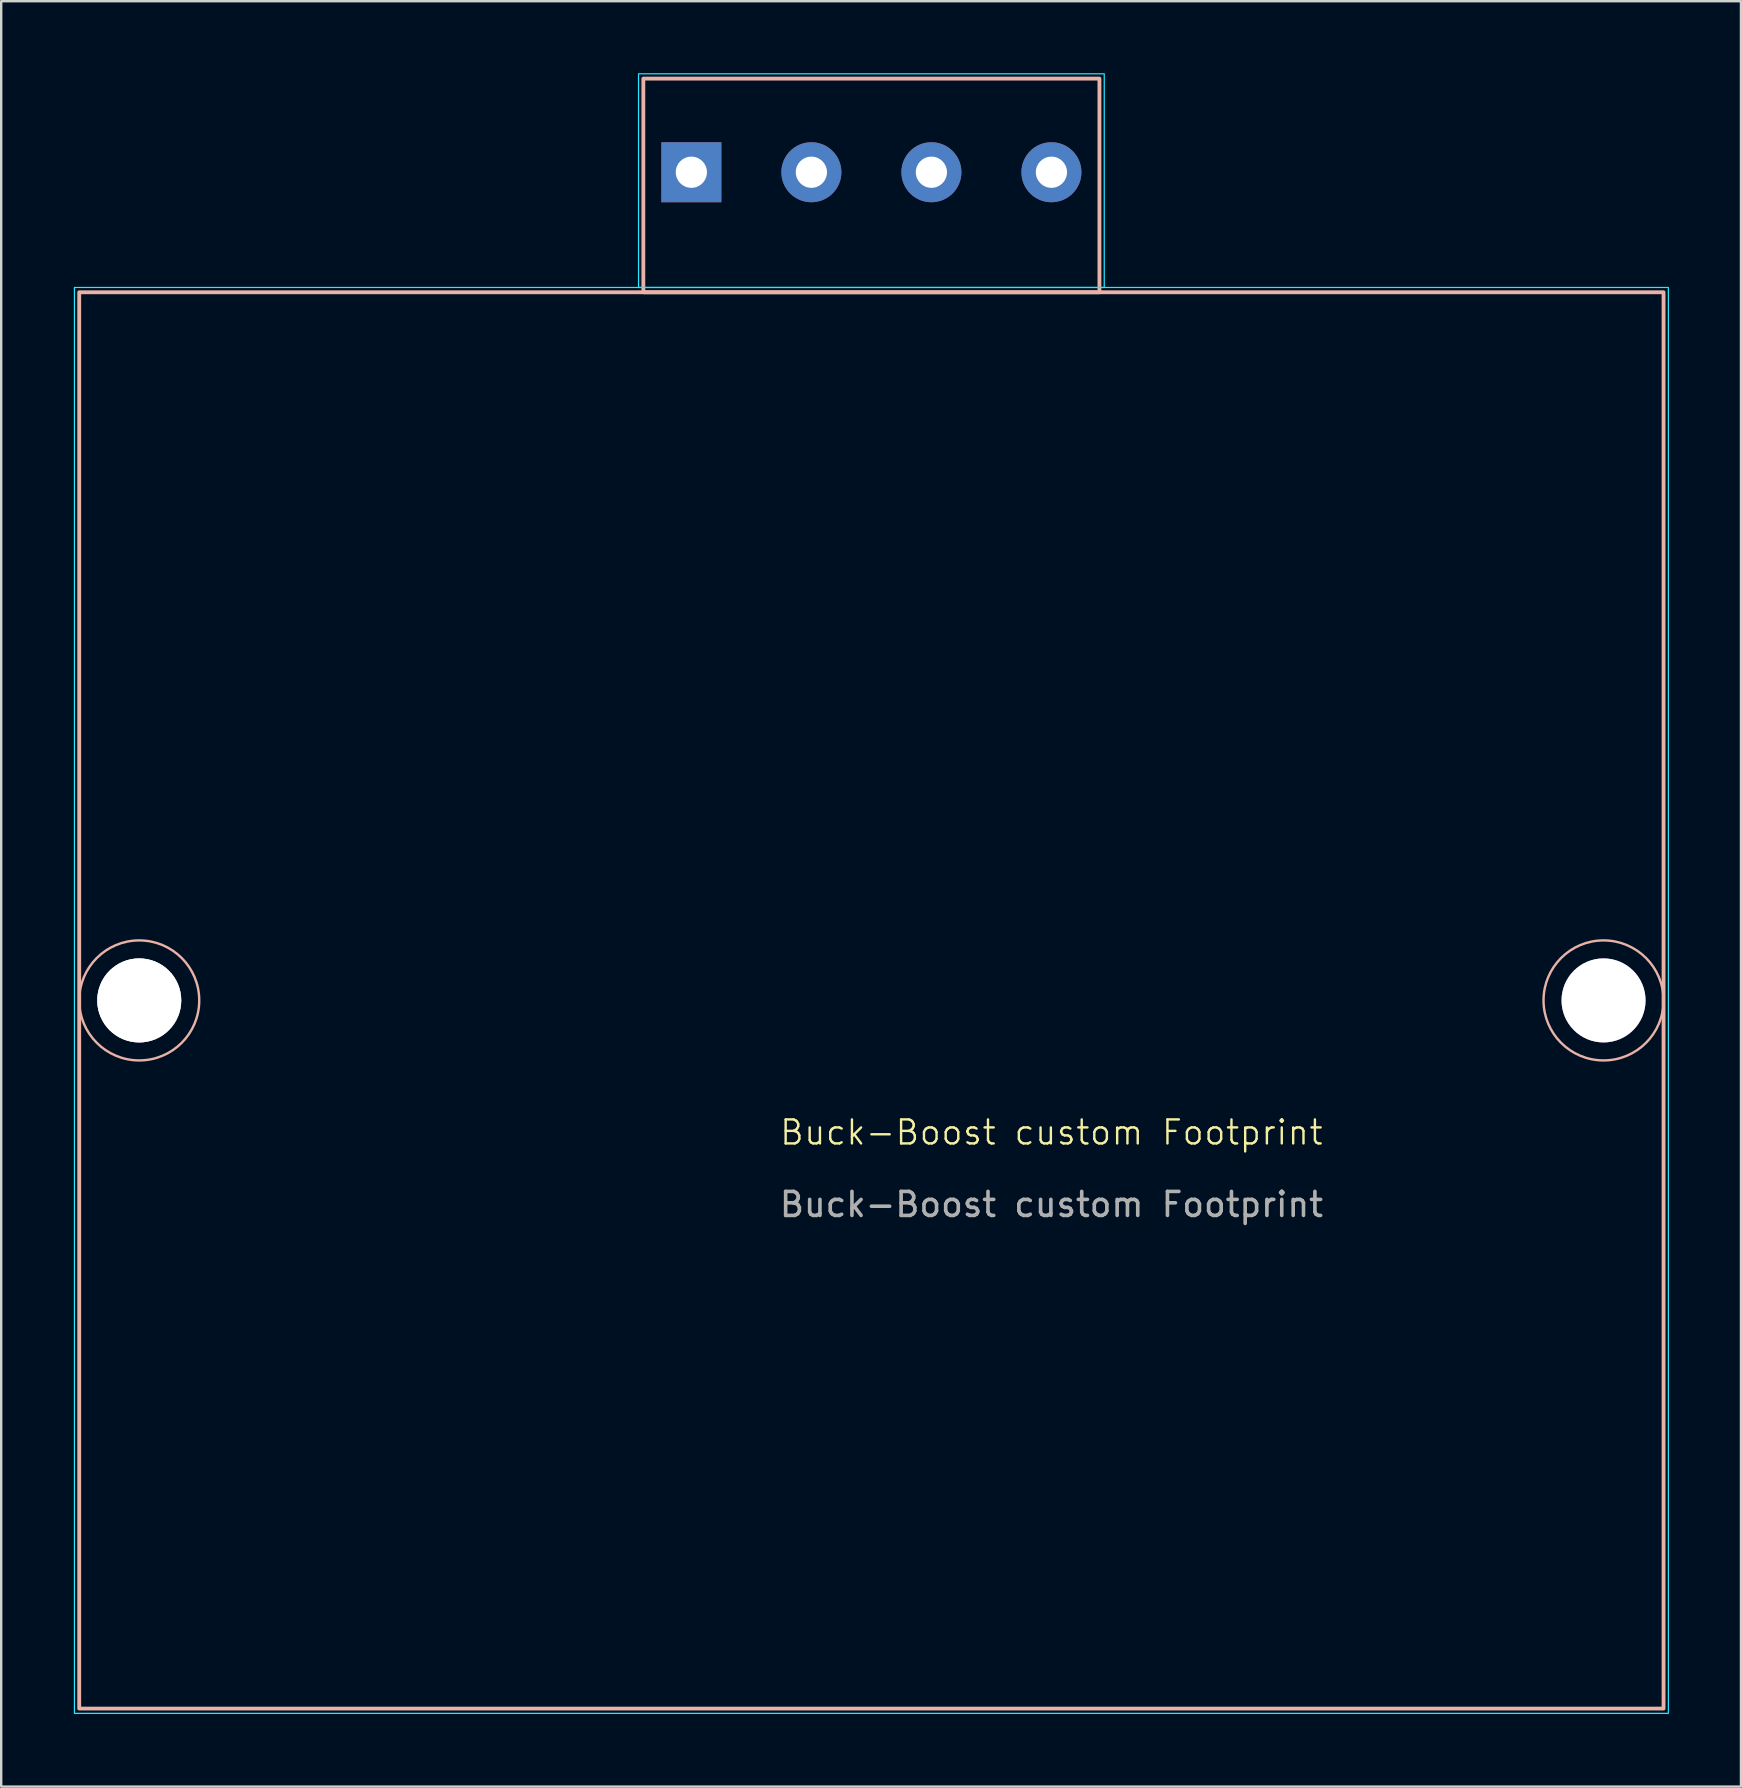
<source format=kicad_pcb>
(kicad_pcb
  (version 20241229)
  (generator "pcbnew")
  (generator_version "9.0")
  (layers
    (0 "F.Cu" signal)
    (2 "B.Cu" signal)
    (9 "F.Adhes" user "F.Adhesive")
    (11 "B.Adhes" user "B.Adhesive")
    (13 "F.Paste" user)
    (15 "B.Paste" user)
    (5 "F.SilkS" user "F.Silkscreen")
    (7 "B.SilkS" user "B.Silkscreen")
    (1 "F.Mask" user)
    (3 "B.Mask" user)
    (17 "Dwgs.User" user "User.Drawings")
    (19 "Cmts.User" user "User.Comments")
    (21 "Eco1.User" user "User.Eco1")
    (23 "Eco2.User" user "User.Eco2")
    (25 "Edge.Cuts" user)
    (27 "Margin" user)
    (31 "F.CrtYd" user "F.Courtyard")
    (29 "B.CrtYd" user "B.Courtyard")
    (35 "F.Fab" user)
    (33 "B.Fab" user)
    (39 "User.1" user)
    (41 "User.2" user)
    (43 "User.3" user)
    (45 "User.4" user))
  (footprint "Buck-Boost custom Footprint"
    (layer "F.Cu")
    (at 0.25 68.125)
    (property "Reference" "Buck-Boost custom Footprint" (at 40.5 -24 0) (unlocked yes) (layer "F.SilkS") (effects (font (size 1 1) (thickness 0.1))))
    (attr smd)
    (fp_rect (start 0 -59) (end 66 0) (stroke (width 0.16) (type solid)) (fill no) (layer "B.SilkS"))
    (fp_rect (start 23.5 -67.9) (end 42.5 -59) (stroke (width 0.16) (type solid)) (fill no) (layer "B.SilkS"))
    (fp_circle (center 2.5 -29.5) (end 1 -27.5) (stroke (width 0.1) (type default)) (fill no) (layer "B.SilkS"))
    (fp_circle (center 63.5 -29.5) (end 62 -27.5) (stroke (width 0.1) (type default)) (fill no) (layer "B.SilkS"))
    (fp_rect (start -0.2 -59.2) (end 66.2 0.2) (stroke (width 0.05) (type default)) (fill no) (layer "B.CrtYd"))
    (fp_rect (start 23.3 -68.1) (end 42.7 -59.2) (stroke (width 0.05) (type default)) (fill no) (layer "B.CrtYd"))
    (fp_text user "${REFERENCE}" (at 40.5 -21 0) (unlocked yes) (layer "F.Fab") (effects (font (size 1 1) (thickness 0.15))))
    (pad "0" thru_hole circle (at 2.5 -29.5) (size 3.5 3.5) (drill 3.5) (layers "*.Cu" "*.Mask" "Dwgs.User"))
    (pad "0" thru_hole circle (at 63.5 -29.5) (size 3.5 3.5) (drill 3.5) (layers "*.Cu" "*.Mask"))
    (pad "1" thru_hole rect (at 25.5 -64) (size 2.5 2.5) (drill 1.3) (layers "*.Cu" "*.Mask"))
    (pad "2" thru_hole circle (at 30.5 -64) (size 2.5 2.5) (drill 1.3) (layers "*.Cu" "*.Mask"))
    (pad "3" thru_hole circle (at 35.5 -64) (size 2.5 2.5) (drill 1.3) (layers "*.Cu" "*.Mask"))
    (pad "4" thru_hole circle (at 40.5 -64) (size 2.5 2.5) (drill 1.3) (layers "*.Cu" "*.Mask")))
  (gr_rect
    (start -3 -3)
    (end 69.475 71.375)
    (stroke (width 0.1) (type default))
    (fill no)
    (layer "Edge.Cuts")))
</source>
